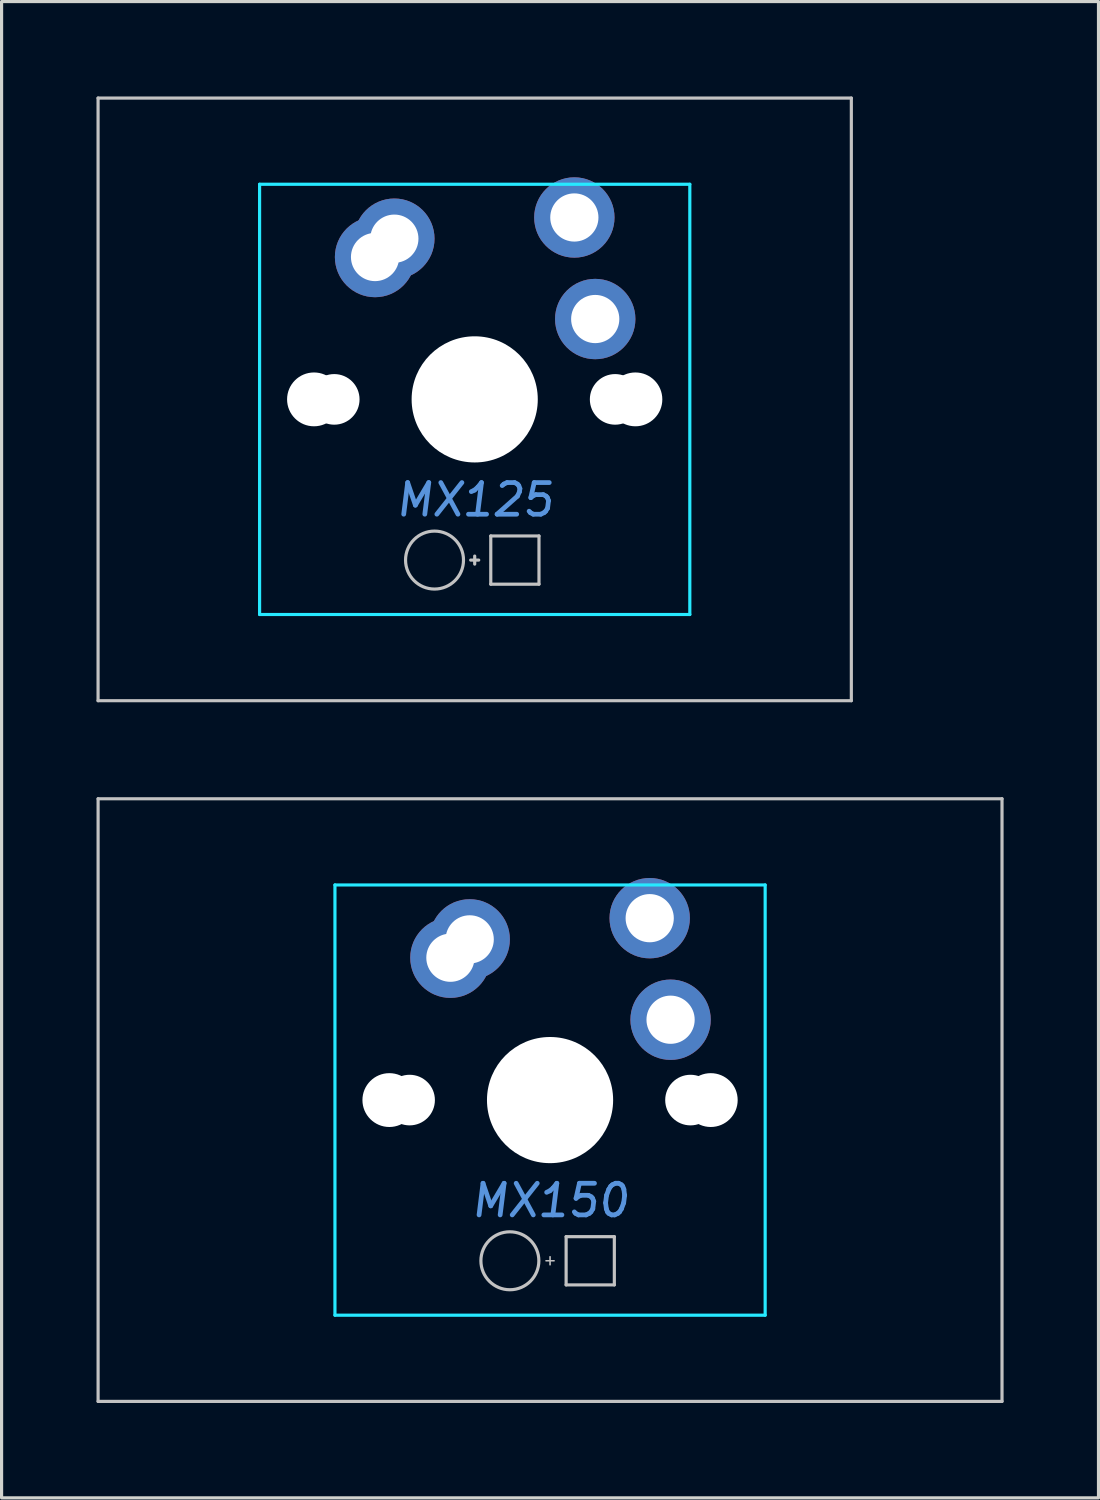
<source format=kicad_pcb>
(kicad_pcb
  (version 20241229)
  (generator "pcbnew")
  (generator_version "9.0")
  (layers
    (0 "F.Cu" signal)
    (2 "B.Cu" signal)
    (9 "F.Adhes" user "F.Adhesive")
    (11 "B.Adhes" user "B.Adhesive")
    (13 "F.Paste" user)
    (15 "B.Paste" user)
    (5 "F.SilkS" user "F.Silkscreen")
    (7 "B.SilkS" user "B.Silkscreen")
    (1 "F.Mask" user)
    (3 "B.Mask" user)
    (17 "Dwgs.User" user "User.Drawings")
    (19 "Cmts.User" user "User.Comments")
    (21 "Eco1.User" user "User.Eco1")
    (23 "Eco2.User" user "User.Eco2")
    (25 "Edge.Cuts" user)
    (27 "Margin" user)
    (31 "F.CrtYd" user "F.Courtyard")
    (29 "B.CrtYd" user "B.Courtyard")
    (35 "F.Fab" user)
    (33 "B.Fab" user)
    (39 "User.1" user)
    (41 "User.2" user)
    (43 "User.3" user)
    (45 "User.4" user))
  (footprint "MX150"
    (layer "F.Cu")
    (at 14.338 31.725)
    (property "Reference" "MX150" (at 0 3.175 0) (layer "Cmts.User") (effects (font (size 1 1) (thickness 0.15) (italic yes))))
    (attr through_hole)
    (fp_line (start -14.287 -9.525) (end -14.287 9.525) (stroke (width 0.1) (type solid)) (layer "Dwgs.User"))
    (fp_line (start -14.287 -9.525) (end 14.287 -9.525) (stroke (width 0.1) (type solid)) (layer "Dwgs.User"))
    (fp_line (start -14.287 9.525) (end 14.287 9.525) (stroke (width 0.1) (type solid)) (layer "Dwgs.User"))
    (fp_line (start 0 5.207) (end 0 4.953) (stroke (width 0.05) (type solid)) (layer "Dwgs.User"))
    (fp_line (start 0.127 5.08) (end -0.127 5.08) (stroke (width 0.05) (type solid)) (layer "Dwgs.User"))
    (fp_line (start 0.508 4.318) (end 2.032 4.318) (stroke (width 0.1) (type solid)) (layer "Dwgs.User"))
    (fp_line (start 0.508 5.842) (end 0.508 4.318) (stroke (width 0.1) (type solid)) (layer "Dwgs.User"))
    (fp_line (start 0.508 5.842) (end 2.032 5.842) (stroke (width 0.1) (type solid)) (layer "Dwgs.User"))
    (fp_line (start 2.032 5.842) (end 2.032 4.318) (stroke (width 0.1) (type solid)) (layer "Dwgs.User"))
    (fp_line (start 14.287 -9.525) (end 14.287 9.525) (stroke (width 0.1) (type solid)) (layer "Dwgs.User"))
    (fp_circle (center -1.27 5.08) (end -0.354 5.08) (stroke (width 0.1) (type solid)) (fill no) (layer "Dwgs.User"))
    (fp_line (start -8.001 -5.715) (end -8.001 -3.175) (stroke (width 0.1) (type solid)) (layer "Eco1.User"))
    (fp_line (start -8.001 5.715) (end -8.001 3.175) (stroke (width 0.1) (type solid)) (layer "Eco1.User"))
    (fp_line (start -7.747 -5.969) (end -7.239 -5.969) (stroke (width 0.1) (type solid)) (layer "Eco1.User"))
    (fp_line (start -7.747 -2.921) (end -7.239 -2.921) (stroke (width 0.1) (type solid)) (layer "Eco1.User"))
    (fp_line (start -7.747 2.921) (end -7.239 2.921) (stroke (width 0.1) (type solid)) (layer "Eco1.User"))
    (fp_line (start -7.747 5.969) (end -7.239 5.969) (stroke (width 0.1) (type solid)) (layer "Eco1.User"))
    (fp_line (start -6.985 -6.223) (end -6.985 -6.731) (stroke (width 0.1) (type solid)) (layer "Eco1.User"))
    (fp_line (start -6.985 -2.667) (end -6.985 2.667) (stroke (width 0.1) (type solid)) (layer "Eco1.User"))
    (fp_line (start -6.985 6.223) (end -6.985 6.731) (stroke (width 0.1) (type solid)) (layer "Eco1.User"))
    (fp_line (start -2.159 0) (end 2.159 0) (stroke (width 0.1) (type solid)) (layer "Eco1.User"))
    (fp_line (start 0 -2.286) (end 0 2.286) (stroke (width 0.1) (type solid)) (layer "Eco1.User"))
    (fp_line (start 6.731 -6.985) (end -6.731 -6.985) (stroke (width 0.1) (type solid)) (layer "Eco1.User"))
    (fp_line (start 6.731 6.985) (end -6.731 6.985) (stroke (width 0.1) (type solid)) (layer "Eco1.User"))
    (fp_line (start 6.985 -6.223) (end 6.985 -6.731) (stroke (width 0.1) (type solid)) (layer "Eco1.User"))
    (fp_line (start 6.985 2.667) (end 6.985 -2.667) (stroke (width 0.1) (type solid)) (layer "Eco1.User"))
    (fp_line (start 6.985 6.223) (end 6.985 6.731) (stroke (width 0.1) (type solid)) (layer "Eco1.User"))
    (fp_line (start 7.747 -5.969) (end 7.239 -5.969) (stroke (width 0.1) (type solid)) (layer "Eco1.User"))
    (fp_line (start 7.747 -2.921) (end 7.239 -2.921) (stroke (width 0.1) (type solid)) (layer "Eco1.User"))
    (fp_line (start 7.747 2.921) (end 7.239 2.921) (stroke (width 0.1) (type solid)) (layer "Eco1.User"))
    (fp_line (start 7.747 5.969) (end 7.239 5.969) (stroke (width 0.1) (type solid)) (layer "Eco1.User"))
    (fp_line (start 8.001 -5.715) (end 8.001 -3.175) (stroke (width 0.1) (type solid)) (layer "Eco1.User"))
    (fp_line (start 8.001 5.715) (end 8.001 3.175) (stroke (width 0.1) (type solid)) (layer "Eco1.User"))
    (fp_arc (start -8.001 -5.715) (mid -7.926605 -5.894605) (end -7.747 -5.969) (stroke (width 0.1) (type solid)) (layer "Eco1.User"))
    (fp_arc (start -8.001 3.175) (mid -7.926605 2.995395) (end -7.747 2.921) (stroke (width 0.1) (type solid)) (layer "Eco1.User"))
    (fp_arc (start -7.747 -2.921) (mid -7.926605 -2.995395) (end -8.001 -3.175) (stroke (width 0.1) (type solid)) (layer "Eco1.User"))
    (fp_arc (start -7.747 5.969) (mid -7.926605 5.894605) (end -8.001 5.715) (stroke (width 0.1) (type solid)) (layer "Eco1.User"))
    (fp_arc (start -7.239 -2.921) (mid -7.059395 -2.846605) (end -6.985 -2.667) (stroke (width 0.1) (type solid)) (layer "Eco1.User"))
    (fp_arc (start -7.239 5.969) (mid -7.059395 6.043395) (end -6.985 6.223) (stroke (width 0.1) (type solid)) (layer "Eco1.User"))
    (fp_arc (start -6.985 -6.731) (mid -6.910605 -6.910605) (end -6.731 -6.985) (stroke (width 0.1) (type solid)) (layer "Eco1.User"))
    (fp_arc (start -6.985 -6.223) (mid -7.059395 -6.043395) (end -7.239 -5.969) (stroke (width 0.1) (type solid)) (layer "Eco1.User"))
    (fp_arc (start -6.985 2.667) (mid -7.059395 2.846605) (end -7.239 2.921) (stroke (width 0.1) (type solid)) (layer "Eco1.User"))
    (fp_arc (start -6.731 6.985) (mid -6.910605 6.910605) (end -6.985 6.731) (stroke (width 0.1) (type solid)) (layer "Eco1.User"))
    (fp_arc (start 6.731 -6.985) (mid 6.910605 -6.910605) (end 6.985 -6.731) (stroke (width 0.1) (type solid)) (layer "Eco1.User"))
    (fp_arc (start 6.985 -2.667) (mid 7.059395 -2.846605) (end 7.239 -2.921) (stroke (width 0.1) (type solid)) (layer "Eco1.User"))
    (fp_arc (start 6.985 6.223) (mid 7.059395 6.043395) (end 7.239 5.969) (stroke (width 0.1) (type solid)) (layer "Eco1.User"))
    (fp_arc (start 6.985 6.731) (mid 6.910605 6.910605) (end 6.731 6.985) (stroke (width 0.1) (type solid)) (layer "Eco1.User"))
    (fp_arc (start 7.239 -5.969) (mid 7.059395 -6.043395) (end 6.985 -6.223) (stroke (width 0.1) (type solid)) (layer "Eco1.User"))
    (fp_arc (start 7.239 2.921) (mid 7.059395 2.846605) (end 6.985 2.667) (stroke (width 0.1) (type solid)) (layer "Eco1.User"))
    (fp_arc (start 7.747 -5.969) (mid 7.926605 -5.894605) (end 8.001 -5.715) (stroke (width 0.1) (type solid)) (layer "Eco1.User"))
    (fp_arc (start 7.747 2.921) (mid 7.926605 2.995395) (end 8.001 3.175) (stroke (width 0.1) (type solid)) (layer "Eco1.User"))
    (fp_arc (start 8.001 -3.175) (mid 7.926605 -2.995395) (end 7.747 -2.921) (stroke (width 0.1) (type solid)) (layer "Eco1.User"))
    (fp_arc (start 8.001 5.715) (mid 7.926605 5.894605) (end 7.747 5.969) (stroke (width 0.1) (type solid)) (layer "Eco1.User"))
    (fp_circle (center 0 0) (end 1.905 0) (stroke (width 0.1) (type solid)) (fill no) (layer "Eco1.User"))
    (fp_line (start -6.8 -6.8) (end 6.8 -6.8) (stroke (width 0.1) (type solid)) (layer "B.CrtYd"))
    (fp_line (start -6.8 6.8) (end -6.8 -6.8) (stroke (width 0.1) (type solid)) (layer "B.CrtYd"))
    (fp_line (start -6.8 6.8) (end 6.8 6.8) (stroke (width 0.1) (type solid)) (layer "B.CrtYd"))
    (fp_line (start 6.8 6.8) (end 6.8 -6.8) (stroke (width 0.1) (type solid)) (layer "B.CrtYd"))
    (pad "" np_thru_hole circle (at -5.08 0) (size 1.702 1.702) (drill 1.702) (layers "*.Cu" "*.Mask"))
    (pad "" np_thru_hole circle (at -4.44 0) (size 1.6 1.6) (drill 1.6) (layers "*.Cu" "*.Mask"))
    (pad "" np_thru_hole circle (at 0 0) (size 3.988 3.988) (drill 3.988) (layers "*.Cu" "*.Mask"))
    (pad "" np_thru_hole circle (at 4.44 0) (size 1.6 1.6) (drill 1.6) (layers "*.Cu" "*.Mask"))
    (pad "" np_thru_hole circle (at 5.08 0) (size 1.702 1.702) (drill 1.702) (layers "*.Cu" "*.Mask"))
    (pad "1" thru_hole circle (at -3.15 -4.5) (size 2.54 2.54) (drill 1.524) (layers "*.Cu" "*.Mask"))
    (pad "1" thru_hole circle (at -2.54 -5.08) (size 2.54 2.54) (drill 1.524) (layers "*.Cu" "*.Mask"))
    (pad "2" thru_hole circle (at 3.15 -5.75) (size 2.54 2.54) (drill 1.524) (layers "*.Cu" "*.Mask"))
    (pad "2" thru_hole circle (at 3.81 -2.54) (size 2.54 2.54) (drill 1.524) (layers "*.Cu" "*.Mask")))
  (footprint "MX125"
    (layer "F.Cu")
    (at 11.956 9.575)
    (property "Reference" "MX125" (at 0 3.175 0) (layer "Cmts.User") (effects (font (size 1 1) (thickness 0.15) (italic yes))))
    (attr through_hole)
    (fp_line (start -11.906 -9.525) (end -11.906 9.525) (stroke (width 0.1) (type solid)) (layer "Dwgs.User"))
    (fp_line (start -11.906 -9.525) (end 11.906 -9.525) (stroke (width 0.1) (type solid)) (layer "Dwgs.User"))
    (fp_line (start -11.906 9.525) (end 11.906 9.525) (stroke (width 0.1) (type solid)) (layer "Dwgs.User"))
    (fp_line (start -0.127 5.08) (end 0.127 5.08) (stroke (width 0.1) (type solid)) (layer "Dwgs.User"))
    (fp_line (start 0 4.953) (end 0 5.207) (stroke (width 0.1) (type solid)) (layer "Dwgs.User"))
    (fp_line (start 0.508 4.318) (end 2.032 4.318) (stroke (width 0.1) (type solid)) (layer "Dwgs.User"))
    (fp_line (start 0.508 5.842) (end 0.508 4.318) (stroke (width 0.1) (type solid)) (layer "Dwgs.User"))
    (fp_line (start 2.032 4.318) (end 2.032 5.842) (stroke (width 0.1) (type solid)) (layer "Dwgs.User"))
    (fp_line (start 2.032 5.842) (end 0.508 5.842) (stroke (width 0.1) (type solid)) (layer "Dwgs.User"))
    (fp_line (start 11.906 -9.525) (end 11.906 9.525) (stroke (width 0.1) (type solid)) (layer "Dwgs.User"))
    (fp_circle (center -1.27 5.08) (end -0.354 5.08) (stroke (width 0.1) (type solid)) (fill no) (layer "Dwgs.User"))
    (fp_line (start -8.001 -5.715) (end -8.001 -3.175) (stroke (width 0.1) (type solid)) (layer "Eco1.User"))
    (fp_line (start -8.001 5.715) (end -8.001 3.175) (stroke (width 0.1) (type solid)) (layer "Eco1.User"))
    (fp_line (start -7.747 -5.969) (end -7.239 -5.969) (stroke (width 0.1) (type solid)) (layer "Eco1.User"))
    (fp_line (start -7.747 -2.921) (end -7.239 -2.921) (stroke (width 0.1) (type solid)) (layer "Eco1.User"))
    (fp_line (start -7.747 2.921) (end -7.239 2.921) (stroke (width 0.1) (type solid)) (layer "Eco1.User"))
    (fp_line (start -7.747 5.969) (end -7.239 5.969) (stroke (width 0.1) (type solid)) (layer "Eco1.User"))
    (fp_line (start -6.985 -6.223) (end -6.985 -6.731) (stroke (width 0.1) (type solid)) (layer "Eco1.User"))
    (fp_line (start -6.985 -2.667) (end -6.985 2.667) (stroke (width 0.1) (type solid)) (layer "Eco1.User"))
    (fp_line (start -6.985 6.223) (end -6.985 6.731) (stroke (width 0.1) (type solid)) (layer "Eco1.User"))
    (fp_line (start -2.159 0) (end 2.159 0) (stroke (width 0.1) (type solid)) (layer "Eco1.User"))
    (fp_line (start 0 -2.286) (end 0 2.286) (stroke (width 0.1) (type solid)) (layer "Eco1.User"))
    (fp_line (start 6.731 -6.985) (end -6.731 -6.985) (stroke (width 0.1) (type solid)) (layer "Eco1.User"))
    (fp_line (start 6.731 6.985) (end -6.731 6.985) (stroke (width 0.1) (type solid)) (layer "Eco1.User"))
    (fp_line (start 6.985 -6.223) (end 6.985 -6.731) (stroke (width 0.1) (type solid)) (layer "Eco1.User"))
    (fp_line (start 6.985 2.667) (end 6.985 -2.667) (stroke (width 0.1) (type solid)) (layer "Eco1.User"))
    (fp_line (start 6.985 6.223) (end 6.985 6.731) (stroke (width 0.1) (type solid)) (layer "Eco1.User"))
    (fp_line (start 7.747 -5.969) (end 7.239 -5.969) (stroke (width 0.1) (type solid)) (layer "Eco1.User"))
    (fp_line (start 7.747 -2.921) (end 7.239 -2.921) (stroke (width 0.1) (type solid)) (layer "Eco1.User"))
    (fp_line (start 7.747 2.921) (end 7.239 2.921) (stroke (width 0.1) (type solid)) (layer "Eco1.User"))
    (fp_line (start 7.747 5.969) (end 7.239 5.969) (stroke (width 0.1) (type solid)) (layer "Eco1.User"))
    (fp_line (start 8.001 -5.715) (end 8.001 -3.175) (stroke (width 0.1) (type solid)) (layer "Eco1.User"))
    (fp_line (start 8.001 5.715) (end 8.001 3.175) (stroke (width 0.1) (type solid)) (layer "Eco1.User"))
    (fp_arc (start -8.001 -5.715) (mid -7.926605 -5.894605) (end -7.747 -5.969) (stroke (width 0.1) (type solid)) (layer "Eco1.User"))
    (fp_arc (start -8.001 3.175) (mid -7.926605 2.995395) (end -7.747 2.921) (stroke (width 0.1) (type solid)) (layer "Eco1.User"))
    (fp_arc (start -7.747 -2.921) (mid -7.926605 -2.995395) (end -8.001 -3.175) (stroke (width 0.1) (type solid)) (layer "Eco1.User"))
    (fp_arc (start -7.747 5.969) (mid -7.926605 5.894605) (end -8.001 5.715) (stroke (width 0.1) (type solid)) (layer "Eco1.User"))
    (fp_arc (start -7.239 -2.921) (mid -7.059395 -2.846605) (end -6.985 -2.667) (stroke (width 0.1) (type solid)) (layer "Eco1.User"))
    (fp_arc (start -7.239 5.969) (mid -7.059395 6.043395) (end -6.985 6.223) (stroke (width 0.1) (type solid)) (layer "Eco1.User"))
    (fp_arc (start -6.985 -6.731) (mid -6.910605 -6.910605) (end -6.731 -6.985) (stroke (width 0.1) (type solid)) (layer "Eco1.User"))
    (fp_arc (start -6.985 -6.223) (mid -7.059395 -6.043395) (end -7.239 -5.969) (stroke (width 0.1) (type solid)) (layer "Eco1.User"))
    (fp_arc (start -6.985 2.667) (mid -7.059395 2.846605) (end -7.239 2.921) (stroke (width 0.1) (type solid)) (layer "Eco1.User"))
    (fp_arc (start -6.731 6.985) (mid -6.910605 6.910605) (end -6.985 6.731) (stroke (width 0.1) (type solid)) (layer "Eco1.User"))
    (fp_arc (start 6.731 -6.985) (mid 6.910605 -6.910605) (end 6.985 -6.731) (stroke (width 0.1) (type solid)) (layer "Eco1.User"))
    (fp_arc (start 6.985 -2.667) (mid 7.059395 -2.846605) (end 7.239 -2.921) (stroke (width 0.1) (type solid)) (layer "Eco1.User"))
    (fp_arc (start 6.985 6.223) (mid 7.059395 6.043395) (end 7.239 5.969) (stroke (width 0.1) (type solid)) (layer "Eco1.User"))
    (fp_arc (start 6.985 6.731) (mid 6.910605 6.910605) (end 6.731 6.985) (stroke (width 0.1) (type solid)) (layer "Eco1.User"))
    (fp_arc (start 7.239 -5.969) (mid 7.059395 -6.043395) (end 6.985 -6.223) (stroke (width 0.1) (type solid)) (layer "Eco1.User"))
    (fp_arc (start 7.239 2.921) (mid 7.059395 2.846605) (end 6.985 2.667) (stroke (width 0.1) (type solid)) (layer "Eco1.User"))
    (fp_arc (start 7.747 -5.969) (mid 7.926605 -5.894605) (end 8.001 -5.715) (stroke (width 0.1) (type solid)) (layer "Eco1.User"))
    (fp_arc (start 7.747 2.921) (mid 7.926605 2.995395) (end 8.001 3.175) (stroke (width 0.1) (type solid)) (layer "Eco1.User"))
    (fp_arc (start 8.001 -3.175) (mid 7.926605 -2.995395) (end 7.747 -2.921) (stroke (width 0.1) (type solid)) (layer "Eco1.User"))
    (fp_arc (start 8.001 5.715) (mid 7.926605 5.894605) (end 7.747 5.969) (stroke (width 0.1) (type solid)) (layer "Eco1.User"))
    (fp_circle (center 0 0) (end 1.905 0) (stroke (width 0.1) (type solid)) (fill no) (layer "Eco1.User"))
    (fp_line (start -6.8 -6.8) (end -6.8 6.8) (stroke (width 0.1) (type solid)) (layer "B.CrtYd"))
    (fp_line (start -6.8 -6.8) (end 6.8 -6.8) (stroke (width 0.1) (type solid)) (layer "B.CrtYd"))
    (fp_line (start -6.8 6.8) (end 6.8 6.8) (stroke (width 0.1) (type solid)) (layer "B.CrtYd"))
    (fp_line (start 6.8 6.8) (end 6.8 -6.8) (stroke (width 0.1) (type solid)) (layer "B.CrtYd"))
    (pad "" np_thru_hole circle (at -5.08 0) (size 1.702 1.702) (drill 1.702) (layers "*.Cu" "*.Mask"))
    (pad "" np_thru_hole circle (at -4.44 0) (size 1.6 1.6) (drill 1.6) (layers "*.Cu" "*.Mask"))
    (pad "" np_thru_hole circle (at 0 0) (size 3.988 3.988) (drill 3.988) (layers "*.Cu" "*.Mask"))
    (pad "" np_thru_hole circle (at 4.44 0) (size 1.6 1.6) (drill 1.6) (layers "*.Cu" "*.Mask"))
    (pad "" np_thru_hole circle (at 5.08 0) (size 1.702 1.702) (drill 1.702) (layers "*.Cu" "*.Mask"))
    (pad "1" thru_hole circle (at -3.15 -4.5) (size 2.54 2.54) (drill 1.524) (layers "*.Cu" "*.Mask"))
    (pad "1" thru_hole circle (at -2.54 -5.08) (size 2.54 2.54) (drill 1.524) (layers "*.Cu" "*.Mask"))
    (pad "2" thru_hole circle (at 3.15 -5.75) (size 2.54 2.54) (drill 1.524) (layers "*.Cu" "*.Mask"))
    (pad "2" thru_hole circle (at 3.81 -2.54) (size 2.54 2.54) (drill 1.524) (layers "*.Cu" "*.Mask")))
  (gr_rect
    (start -3 -3)
    (end 31.675 44.3)
    (stroke (width 0.1) (type default))
    (fill no)
    (layer "Edge.Cuts")))
</source>
